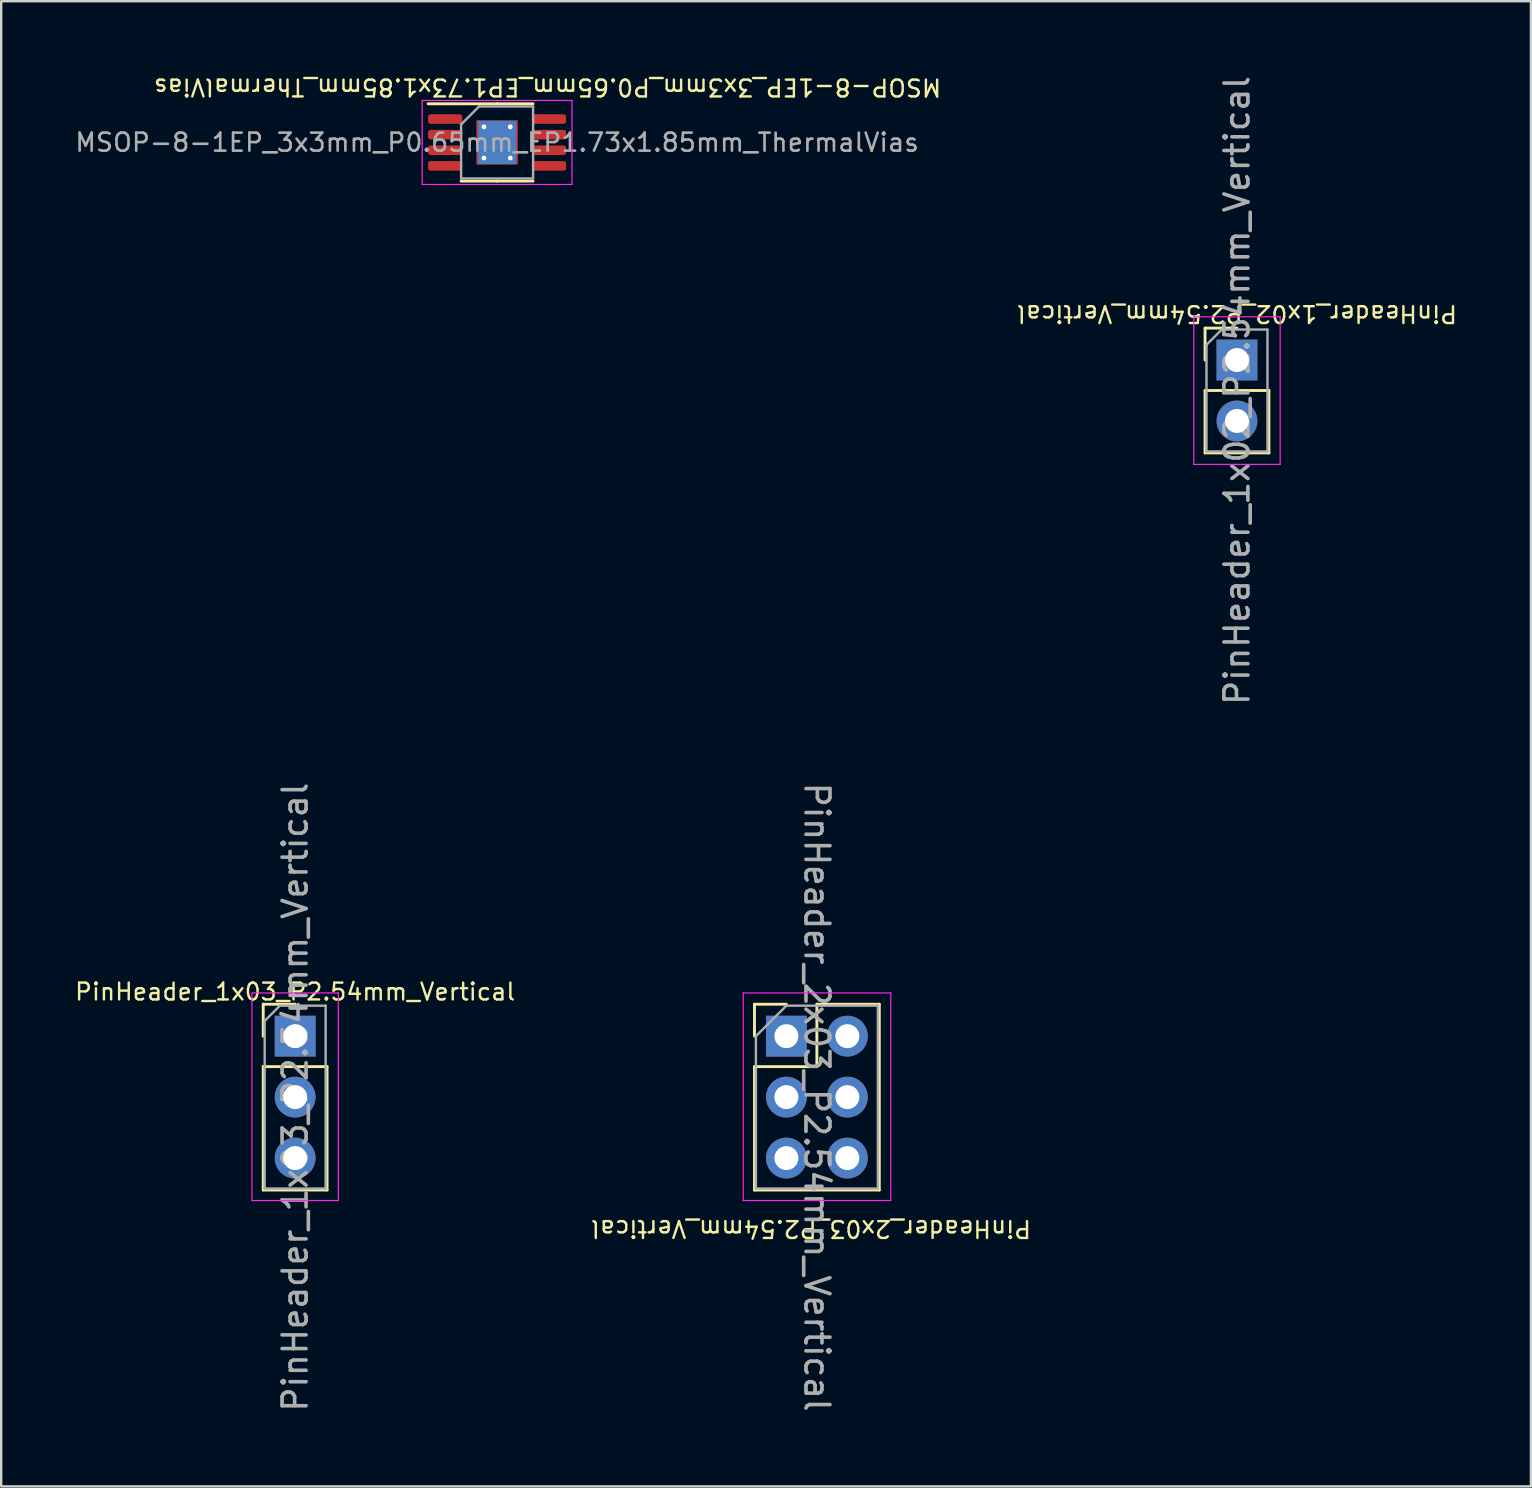
<source format=kicad_pcb>
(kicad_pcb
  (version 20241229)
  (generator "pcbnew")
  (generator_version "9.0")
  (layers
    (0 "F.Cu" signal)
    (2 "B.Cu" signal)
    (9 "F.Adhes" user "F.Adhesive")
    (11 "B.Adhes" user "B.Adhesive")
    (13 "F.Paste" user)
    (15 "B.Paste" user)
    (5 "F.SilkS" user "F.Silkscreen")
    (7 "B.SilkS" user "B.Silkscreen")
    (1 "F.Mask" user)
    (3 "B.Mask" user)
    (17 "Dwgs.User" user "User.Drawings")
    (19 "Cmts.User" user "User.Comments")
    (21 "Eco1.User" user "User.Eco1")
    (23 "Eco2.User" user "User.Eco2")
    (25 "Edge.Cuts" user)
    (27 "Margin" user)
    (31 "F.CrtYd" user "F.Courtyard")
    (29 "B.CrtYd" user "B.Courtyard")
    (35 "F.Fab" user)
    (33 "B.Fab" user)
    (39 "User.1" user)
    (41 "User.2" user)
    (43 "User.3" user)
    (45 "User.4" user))
  (footprint "PinHeader_2x03_P2.54mm_Vertical"
    (layer "F.Cu")
    (at 29.715 40.121)
    (property "Reference" "PinHeader_2x03_P2.54mm_Vertical" (at 1.025 8.025 180) (unlocked yes) (layer "F.SilkS") (effects (font (size 0.7 0.7) (thickness 0.1))))
    (attr through_hole)
    (fp_line (start -1.33 -1.33) (end 0 -1.33) (stroke (width 0.12) (type solid)) (layer "F.SilkS"))
    (fp_line (start -1.33 0) (end -1.33 -1.33) (stroke (width 0.12) (type solid)) (layer "F.SilkS"))
    (fp_line (start -1.33 1.27) (end -1.33 6.41) (stroke (width 0.12) (type solid)) (layer "F.SilkS"))
    (fp_line (start -1.33 1.27) (end 1.27 1.27) (stroke (width 0.12) (type solid)) (layer "F.SilkS"))
    (fp_line (start -1.33 6.41) (end 3.87 6.41) (stroke (width 0.12) (type solid)) (layer "F.SilkS"))
    (fp_line (start 1.27 -1.33) (end 3.87 -1.33) (stroke (width 0.12) (type solid)) (layer "F.SilkS"))
    (fp_line (start 1.27 1.27) (end 1.27 -1.33) (stroke (width 0.12) (type solid)) (layer "F.SilkS"))
    (fp_line (start 3.87 -1.33) (end 3.87 6.41) (stroke (width 0.12) (type solid)) (layer "F.SilkS"))
    (fp_line (start -1.8 -1.8) (end -1.8 6.85) (stroke (width 0.05) (type solid)) (layer "F.CrtYd"))
    (fp_line (start -1.8 6.85) (end 4.35 6.85) (stroke (width 0.05) (type solid)) (layer "F.CrtYd"))
    (fp_line (start 4.35 -1.8) (end -1.8 -1.8) (stroke (width 0.05) (type solid)) (layer "F.CrtYd"))
    (fp_line (start 4.35 6.85) (end 4.35 -1.8) (stroke (width 0.05) (type solid)) (layer "F.CrtYd"))
    (fp_line (start -1.27 0) (end 0 -1.27) (stroke (width 0.1) (type solid)) (layer "F.Fab"))
    (fp_line (start -1.27 6.35) (end -1.27 0) (stroke (width 0.1) (type solid)) (layer "F.Fab"))
    (fp_line (start 0 -1.27) (end 3.81 -1.27) (stroke (width 0.1) (type solid)) (layer "F.Fab"))
    (fp_line (start 3.81 -1.27) (end 3.81 6.35) (stroke (width 0.1) (type solid)) (layer "F.Fab"))
    (fp_line (start 3.81 6.35) (end -1.27 6.35) (stroke (width 0.1) (type solid)) (layer "F.Fab"))
    (fp_text user "${REFERENCE}" (at 1.27 2.54 270) (unlocked yes) (layer "F.Fab") (effects (font (size 1 1) (thickness 0.15))))
    (pad "1" thru_hole rect (at 0 0) (size 1.7 1.7) (drill 1) (layers "*.Cu" "*.Mask"))
    (pad "2" thru_hole oval (at 2.54 0) (size 1.7 1.7) (drill 1) (layers "*.Cu" "*.Mask"))
    (pad "3" thru_hole oval (at 0 2.54) (size 1.7 1.7) (drill 1) (layers "*.Cu" "*.Mask"))
    (pad "4" thru_hole oval (at 2.54 2.54) (size 1.7 1.7) (drill 1) (layers "*.Cu" "*.Mask"))
    (pad "5" thru_hole oval (at 0 5.08) (size 1.7 1.7) (drill 1) (layers "*.Cu" "*.Mask"))
    (pad "6" thru_hole oval (at 2.54 5.08) (size 1.7 1.7) (drill 1) (layers "*.Cu" "*.Mask")))
  (footprint "MSOP-8-1EP_3x3mm_P0.65mm_EP1.73x1.85mm_ThermalVias"
    (layer "F.Cu")
    (at 17.661 2.885)
    (property "Reference" "MSOP-8-1EP_3x3mm_P0.65mm_EP1.73x1.85mm_ThermalVias" (at 2.1 -2.3 180) (unlocked yes) (layer "F.SilkS") (effects (font (size 0.7 0.7) (thickness 0.1))))
    (attr smd)
    (fp_line (start 0 -1.61) (end -2.875 -1.61) (stroke (width 0.12) (type solid)) (layer "F.SilkS"))
    (fp_line (start 0 -1.61) (end 1.5 -1.61) (stroke (width 0.12) (type solid)) (layer "F.SilkS"))
    (fp_line (start 0 1.61) (end -1.5 1.61) (stroke (width 0.12) (type solid)) (layer "F.SilkS"))
    (fp_line (start 0 1.61) (end 1.5 1.61) (stroke (width 0.12) (type solid)) (layer "F.SilkS"))
    (fp_line (start -3.12 -1.75) (end -3.12 1.75) (stroke (width 0.05) (type solid)) (layer "F.CrtYd"))
    (fp_line (start -3.12 1.75) (end 3.12 1.75) (stroke (width 0.05) (type solid)) (layer "F.CrtYd"))
    (fp_line (start 3.12 -1.75) (end -3.12 -1.75) (stroke (width 0.05) (type solid)) (layer "F.CrtYd"))
    (fp_line (start 3.12 1.75) (end 3.12 -1.75) (stroke (width 0.05) (type solid)) (layer "F.CrtYd"))
    (fp_line (start -1.5 -0.75) (end -0.75 -1.5) (stroke (width 0.1) (type solid)) (layer "F.Fab"))
    (fp_line (start -1.5 1.5) (end -1.5 -0.75) (stroke (width 0.1) (type solid)) (layer "F.Fab"))
    (fp_line (start -0.75 -1.5) (end 1.5 -1.5) (stroke (width 0.1) (type solid)) (layer "F.Fab"))
    (fp_line (start 1.5 -1.5) (end 1.5 1.5) (stroke (width 0.1) (type solid)) (layer "F.Fab"))
    (fp_line (start 1.5 1.5) (end -1.5 1.5) (stroke (width 0.1) (type solid)) (layer "F.Fab"))
    (fp_text user "${REFERENCE}" (at 0 0 180) (layer "F.Fab") (effects (font (size 0.75 0.75) (thickness 0.11))))
    (pad "" smd roundrect (at -0.43 -0.46) (size 0.72 0.77) (layers "F.Paste") (roundrect_rratio 0.25))
    (pad "" smd roundrect (at -0.43 0.46) (size 0.72 0.77) (layers "F.Paste") (roundrect_rratio 0.25))
    (pad "" smd roundrect (at 0.43 -0.46) (size 0.72 0.77) (layers "F.Paste") (roundrect_rratio 0.25))
    (pad "" smd roundrect (at 0.43 0.46) (size 0.72 0.77) (layers "F.Paste") (roundrect_rratio 0.25))
    (pad "1" smd roundrect (at -2.163 -0.975) (size 1.425 0.4) (layers "F.Cu" "F.Mask" "F.Paste") (roundrect_rratio 0.25))
    (pad "2" smd roundrect (at -2.163 -0.325) (size 1.425 0.4) (layers "F.Cu" "F.Mask" "F.Paste") (roundrect_rratio 0.25))
    (pad "3" smd roundrect (at -2.163 0.325) (size 1.425 0.4) (layers "F.Cu" "F.Mask" "F.Paste") (roundrect_rratio 0.25))
    (pad "4" smd roundrect (at -2.163 0.975) (size 1.425 0.4) (layers "F.Cu" "F.Mask" "F.Paste") (roundrect_rratio 0.25))
    (pad "5" smd roundrect (at 2.163 0.975) (size 1.425 0.4) (layers "F.Cu" "F.Mask" "F.Paste") (roundrect_rratio 0.25))
    (pad "6" smd roundrect (at 2.163 0.325) (size 1.425 0.4) (layers "F.Cu" "F.Mask" "F.Paste") (roundrect_rratio 0.25))
    (pad "7" smd roundrect (at 2.163 -0.325) (size 1.425 0.4) (layers "F.Cu" "F.Mask" "F.Paste") (roundrect_rratio 0.25))
    (pad "8" smd roundrect (at 2.163 -0.975) (size 1.425 0.4) (layers "F.Cu" "F.Mask" "F.Paste") (roundrect_rratio 0.25))
    (pad "9" thru_hole circle (at -0.55 -0.65) (size 0.5 0.5) (drill 0.2) (layers "*.Cu"))
    (pad "9" thru_hole circle (at -0.55 0.65) (size 0.5 0.5) (drill 0.2) (layers "*.Cu"))
    (pad "9" smd rect (at 0 0) (size 1.6 1.8) (layers "B.Cu"))
    (pad "9" smd rect (at 0 0) (size 1.73 1.85) (layers "F.Cu" "F.Mask"))
    (pad "9" thru_hole circle (at 0.55 -0.65) (size 0.5 0.5) (drill 0.2) (layers "*.Cu"))
    (pad "9" thru_hole circle (at 0.55 0.65) (size 0.5 0.5) (drill 0.2) (layers "*.Cu")))
  (footprint "PinHeader_1x03_P2.54mm_Vertical"
    (layer "F.Cu")
    (at 9.247 40.121)
    (property "Reference" "PinHeader_1x03_P2.54mm_Vertical" (at 0 -1.85 0) (unlocked yes) (layer "F.SilkS") (effects (font (size 0.7 0.7) (thickness 0.1))))
    (attr through_hole)
    (fp_line (start -1.33 -1.33) (end 0 -1.33) (stroke (width 0.12) (type solid)) (layer "F.SilkS"))
    (fp_line (start -1.33 0) (end -1.33 -1.33) (stroke (width 0.12) (type solid)) (layer "F.SilkS"))
    (fp_line (start -1.33 1.27) (end -1.33 6.41) (stroke (width 0.12) (type solid)) (layer "F.SilkS"))
    (fp_line (start -1.33 1.27) (end 1.33 1.27) (stroke (width 0.12) (type solid)) (layer "F.SilkS"))
    (fp_line (start -1.33 6.41) (end 1.33 6.41) (stroke (width 0.12) (type solid)) (layer "F.SilkS"))
    (fp_line (start 1.33 1.27) (end 1.33 6.41) (stroke (width 0.12) (type solid)) (layer "F.SilkS"))
    (fp_line (start -1.8 -1.8) (end -1.8 6.85) (stroke (width 0.05) (type solid)) (layer "F.CrtYd"))
    (fp_line (start -1.8 6.85) (end 1.8 6.85) (stroke (width 0.05) (type solid)) (layer "F.CrtYd"))
    (fp_line (start 1.8 -1.8) (end -1.8 -1.8) (stroke (width 0.05) (type solid)) (layer "F.CrtYd"))
    (fp_line (start 1.8 6.85) (end 1.8 -1.8) (stroke (width 0.05) (type solid)) (layer "F.CrtYd"))
    (fp_line (start -1.27 -0.635) (end -0.635 -1.27) (stroke (width 0.1) (type solid)) (layer "F.Fab"))
    (fp_line (start -1.27 6.35) (end -1.27 -0.635) (stroke (width 0.1) (type solid)) (layer "F.Fab"))
    (fp_line (start -0.635 -1.27) (end 1.27 -1.27) (stroke (width 0.1) (type solid)) (layer "F.Fab"))
    (fp_line (start 1.27 -1.27) (end 1.27 6.35) (stroke (width 0.1) (type solid)) (layer "F.Fab"))
    (fp_line (start 1.27 6.35) (end -1.27 6.35) (stroke (width 0.1) (type solid)) (layer "F.Fab"))
    (fp_text user "${REFERENCE}" (at 0 2.54 90) (unlocked yes) (layer "F.Fab") (effects (font (size 1 1) (thickness 0.15))))
    (pad "1" thru_hole rect (at 0 0) (size 1.7 1.7) (drill 1) (layers "*.Cu" "*.Mask"))
    (pad "2" thru_hole oval (at 0 2.54) (size 1.7 1.7) (drill 1) (layers "*.Cu" "*.Mask"))
    (pad "3" thru_hole oval (at 0 5.08) (size 1.7 1.7) (drill 1) (layers "*.Cu" "*.Mask")))
  (footprint "PinHeader_1x02_P2.54mm_Vertical"
    (layer "F.Cu")
    (at 48.488 11.95)
    (property "Reference" "PinHeader_1x02_P2.54mm_Vertical" (at 0 -1.925 180) (unlocked yes) (layer "F.SilkS") (effects (font (size 0.7 0.7) (thickness 0.1))))
    (attr through_hole)
    (fp_line (start -1.33 -1.33) (end 0 -1.33) (stroke (width 0.12) (type solid)) (layer "F.SilkS"))
    (fp_line (start -1.33 0) (end -1.33 -1.33) (stroke (width 0.12) (type solid)) (layer "F.SilkS"))
    (fp_line (start -1.33 1.27) (end -1.33 3.87) (stroke (width 0.12) (type solid)) (layer "F.SilkS"))
    (fp_line (start -1.33 1.27) (end 1.33 1.27) (stroke (width 0.12) (type solid)) (layer "F.SilkS"))
    (fp_line (start -1.33 3.87) (end 1.33 3.87) (stroke (width 0.12) (type solid)) (layer "F.SilkS"))
    (fp_line (start 1.33 1.27) (end 1.33 3.87) (stroke (width 0.12) (type solid)) (layer "F.SilkS"))
    (fp_line (start -1.8 -1.8) (end -1.8 4.35) (stroke (width 0.05) (type solid)) (layer "F.CrtYd"))
    (fp_line (start -1.8 4.35) (end 1.8 4.35) (stroke (width 0.05) (type solid)) (layer "F.CrtYd"))
    (fp_line (start 1.8 -1.8) (end -1.8 -1.8) (stroke (width 0.05) (type solid)) (layer "F.CrtYd"))
    (fp_line (start 1.8 4.35) (end 1.8 -1.8) (stroke (width 0.05) (type solid)) (layer "F.CrtYd"))
    (fp_line (start -1.27 -0.635) (end -0.635 -1.27) (stroke (width 0.1) (type solid)) (layer "F.Fab"))
    (fp_line (start -1.27 3.81) (end -1.27 -0.635) (stroke (width 0.1) (type solid)) (layer "F.Fab"))
    (fp_line (start -0.635 -1.27) (end 1.27 -1.27) (stroke (width 0.1) (type solid)) (layer "F.Fab"))
    (fp_line (start 1.27 -1.27) (end 1.27 3.81) (stroke (width 0.1) (type solid)) (layer "F.Fab"))
    (fp_line (start 1.27 3.81) (end -1.27 3.81) (stroke (width 0.1) (type solid)) (layer "F.Fab"))
    (fp_text user "${REFERENCE}" (at 0 1.27 90) (layer "F.Fab") (effects (font (size 1 1) (thickness 0.15))))
    (pad "1" thru_hole rect (at 0 0) (size 1.7 1.7) (drill 1) (layers "*.Cu" "*.Mask"))
    (pad "2" thru_hole oval (at 0 2.54) (size 1.7 1.7) (drill 1) (layers "*.Cu" "*.Mask")))
  (gr_rect
    (start -3 -3)
    (end 60.735 58.881)
    (stroke (width 0.1) (type default))
    (fill no)
    (layer "Edge.Cuts")))
</source>
